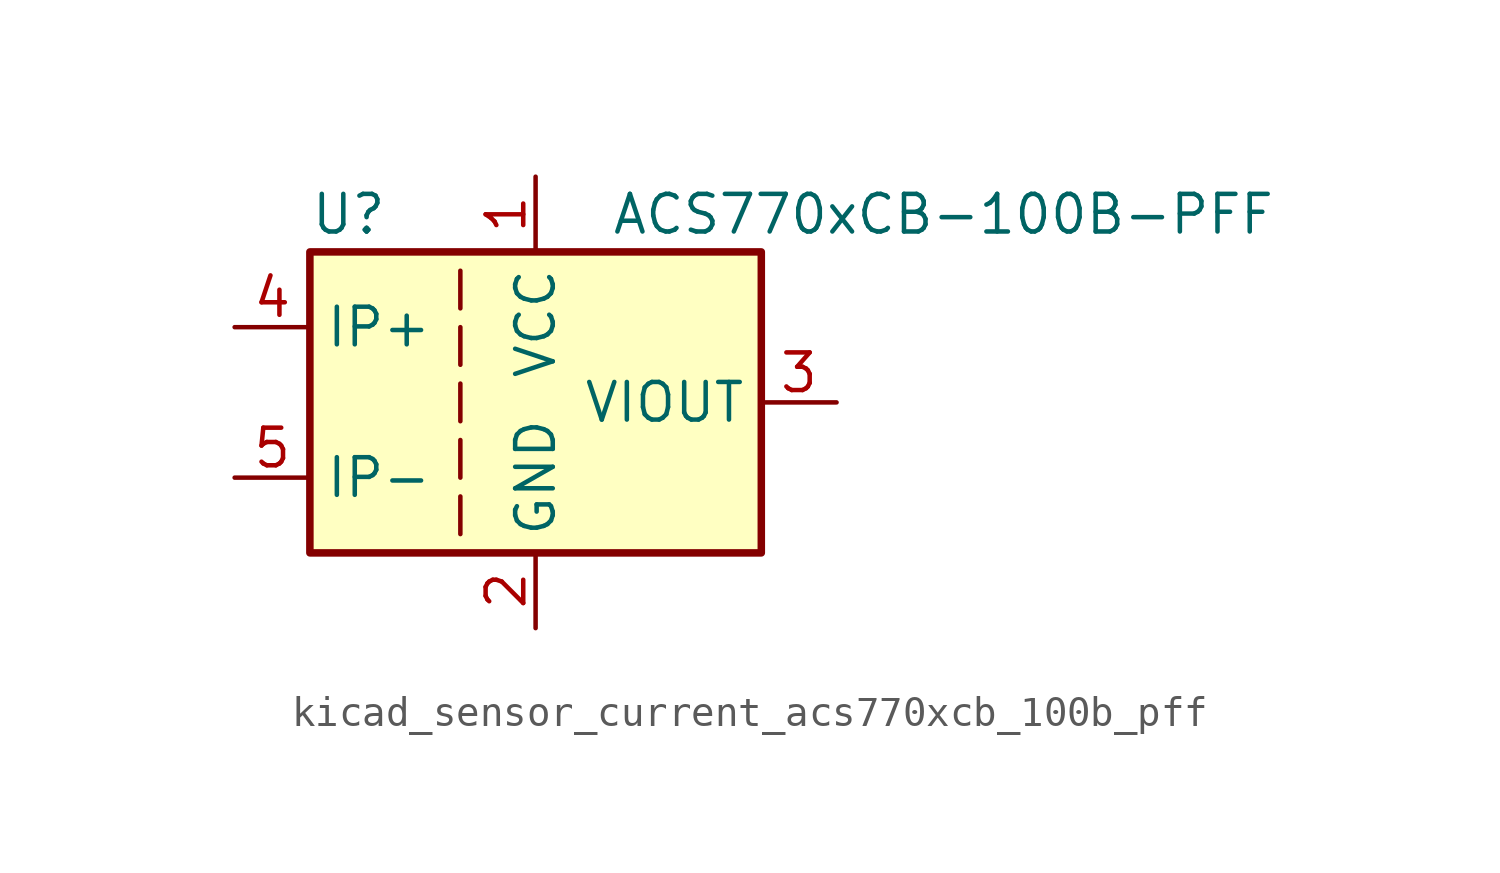
<source format=kicad_sym>
(kicad_symbol_lib
  (version 20220914)
  (generator kicad_symbol_editor)
  (symbol "kicad_sensor_current_acs770xcb_100b_pff"
    (property "Reference" "U"
      (at -7.62 6.35 0)
      (effects (font (size 1.27 1.27)) (justify left)))
    (property "Value" "ACS770xCB-100B-PFF"
      (at 2.54 6.35 0)
      (effects (font (size 1.27 1.27)) (justify left)))
    (symbol "kicad_sensor_current_acs770xcb_100b_pff_0_1"
      (rectangle (start -7.62 5.08) (end 7.62 -5.08) (stroke (width 0.254) (type default)) (fill (type background)))
      (polyline (pts (xy -2.54 -3.175) (xy -2.54 -4.445)) (stroke (width 0) (type default)) (fill (type none)))
      (polyline (pts (xy -2.54 -1.27) (xy -2.54 -2.54)) (stroke (width 0) (type default)) (fill (type none)))
      (polyline (pts (xy -2.54 0.635) (xy -2.54 -0.635)) (stroke (width 0) (type default)) (fill (type none)))
      (polyline (pts (xy -2.54 1.27) (xy -2.54 2.54)) (stroke (width 0) (type default)) (fill (type none)))
      (polyline (pts (xy -2.54 3.175) (xy -2.54 4.445)) (stroke (width 0) (type default)) (fill (type none))))
    (symbol "kicad_sensor_current_acs770xcb_100b_pff_1_1"
      (pin power_in line (at 0 7.62 270) (length 2.54) (name "VCC" (effects (font (size 1.27 1.27)))) (number "1" (effects (font (size 1.27 1.27)))))
      (pin power_in line (at 0 -7.62 90) (length 2.54) (name "GND" (effects (font (size 1.27 1.27)))) (number "2" (effects (font (size 1.27 1.27)))))
      (pin output line (at 10.16 0 180) (length 2.54) (name "VIOUT" (effects (font (size 1.27 1.27)))) (number "3" (effects (font (size 1.27 1.27)))))
      (pin passive line (at -10.16 2.54 0) (length 2.54) (name "IP+" (effects (font (size 1.27 1.27)))) (number "4" (effects (font (size 1.27 1.27)))))
      (pin passive line (at -10.16 -2.54 0) (length 2.54) (name "IP-" (effects (font (size 1.27 1.27)))) (number "5" (effects (font (size 1.27 1.27))))))))
</source>
